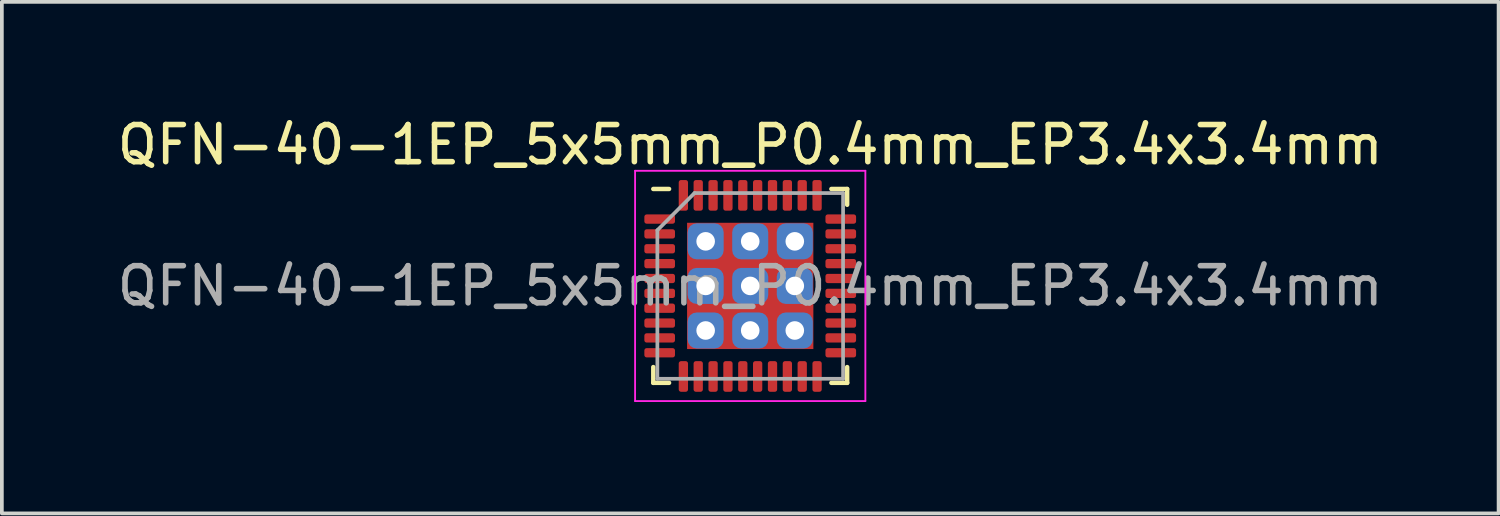
<source format=kicad_pcb>
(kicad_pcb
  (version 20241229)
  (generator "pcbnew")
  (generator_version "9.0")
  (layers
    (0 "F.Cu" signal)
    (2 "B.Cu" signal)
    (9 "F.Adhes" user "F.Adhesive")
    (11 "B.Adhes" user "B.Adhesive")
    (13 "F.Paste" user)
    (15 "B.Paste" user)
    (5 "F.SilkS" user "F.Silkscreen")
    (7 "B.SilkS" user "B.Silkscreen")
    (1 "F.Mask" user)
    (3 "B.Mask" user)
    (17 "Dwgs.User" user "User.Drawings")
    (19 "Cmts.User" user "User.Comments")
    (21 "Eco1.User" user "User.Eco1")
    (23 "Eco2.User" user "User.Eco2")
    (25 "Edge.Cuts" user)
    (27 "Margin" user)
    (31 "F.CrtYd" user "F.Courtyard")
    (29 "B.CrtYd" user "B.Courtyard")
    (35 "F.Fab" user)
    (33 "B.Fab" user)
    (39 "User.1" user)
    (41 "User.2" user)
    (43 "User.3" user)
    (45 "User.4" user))
  (footprint "QFN-40-1EP_5x5mm_P0.4mm_EP3.4x3.4mm"
    (layer "F.Cu")
    (at 17.149 4.648)
    (property "Reference" "QFN-40-1EP_5x5mm_P0.4mm_EP3.4x3.4mm" (at 0 -3.8 0) (layer "F.SilkS") (effects (font (size 1 1) (thickness 0.15))))
    (attr smd)
    (fp_line (start -2.61 2.61) (end -2.61 2.185) (stroke (width 0.12) (type solid)) (layer "F.SilkS"))
    (fp_line (start -2.185 -2.61) (end -2.61 -2.61) (stroke (width 0.12) (type solid)) (layer "F.SilkS"))
    (fp_line (start -2.185 2.61) (end -2.61 2.61) (stroke (width 0.12) (type solid)) (layer "F.SilkS"))
    (fp_line (start 2.185 -2.61) (end 2.61 -2.61) (stroke (width 0.12) (type solid)) (layer "F.SilkS"))
    (fp_line (start 2.185 2.61) (end 2.61 2.61) (stroke (width 0.12) (type solid)) (layer "F.SilkS"))
    (fp_line (start 2.61 -2.61) (end 2.61 -2.185) (stroke (width 0.12) (type solid)) (layer "F.SilkS"))
    (fp_line (start 2.61 2.61) (end 2.61 2.185) (stroke (width 0.12) (type solid)) (layer "F.SilkS"))
    (fp_line (start -3.1 -3.1) (end -3.1 3.1) (stroke (width 0.05) (type solid)) (layer "F.CrtYd"))
    (fp_line (start -3.1 3.1) (end 3.1 3.1) (stroke (width 0.05) (type solid)) (layer "F.CrtYd"))
    (fp_line (start 3.1 -3.1) (end -3.1 -3.1) (stroke (width 0.05) (type solid)) (layer "F.CrtYd"))
    (fp_line (start 3.1 3.1) (end 3.1 -3.1) (stroke (width 0.05) (type solid)) (layer "F.CrtYd"))
    (fp_line (start -2.5 -1.5) (end -1.5 -2.5) (stroke (width 0.1) (type solid)) (layer "F.Fab"))
    (fp_line (start -2.5 2.5) (end -2.5 -1.5) (stroke (width 0.1) (type solid)) (layer "F.Fab"))
    (fp_line (start -1.5 -2.5) (end 2.5 -2.5) (stroke (width 0.1) (type solid)) (layer "F.Fab"))
    (fp_line (start 2.5 -2.5) (end 2.5 2.5) (stroke (width 0.1) (type solid)) (layer "F.Fab"))
    (fp_line (start 2.5 2.5) (end -2.5 2.5) (stroke (width 0.1) (type solid)) (layer "F.Fab"))
    (fp_text user "${REFERENCE}" (at 0 0 0) (layer "F.Fab") (effects (font (size 1 1) (thickness 0.15))))
    (pad "1" smd roundrect (at -2.438 -1.8) (size 0.825 0.25) (layers "F.Cu" "F.Mask" "F.Paste") (roundrect_rratio 0.25))
    (pad "2" smd roundrect (at -2.438 -1.4) (size 0.825 0.25) (layers "F.Cu" "F.Mask" "F.Paste") (roundrect_rratio 0.25))
    (pad "3" smd roundrect (at -2.438 -1) (size 0.825 0.25) (layers "F.Cu" "F.Mask" "F.Paste") (roundrect_rratio 0.25))
    (pad "4" smd roundrect (at -2.438 -0.6) (size 0.825 0.25) (layers "F.Cu" "F.Mask" "F.Paste") (roundrect_rratio 0.25))
    (pad "5" smd roundrect (at -2.438 -0.2) (size 0.825 0.25) (layers "F.Cu" "F.Mask" "F.Paste") (roundrect_rratio 0.25))
    (pad "6" smd roundrect (at -2.438 0.2) (size 0.825 0.25) (layers "F.Cu" "F.Mask" "F.Paste") (roundrect_rratio 0.25))
    (pad "7" smd roundrect (at -2.438 0.6) (size 0.825 0.25) (layers "F.Cu" "F.Mask" "F.Paste") (roundrect_rratio 0.25))
    (pad "8" smd roundrect (at -2.438 1) (size 0.825 0.25) (layers "F.Cu" "F.Mask" "F.Paste") (roundrect_rratio 0.25))
    (pad "9" smd roundrect (at -2.438 1.4) (size 0.825 0.25) (layers "F.Cu" "F.Mask" "F.Paste") (roundrect_rratio 0.25))
    (pad "10" smd roundrect (at -2.438 1.8) (size 0.825 0.25) (layers "F.Cu" "F.Mask" "F.Paste") (roundrect_rratio 0.25))
    (pad "11" smd roundrect (at -1.8 2.438) (size 0.25 0.825) (layers "F.Cu" "F.Mask" "F.Paste") (roundrect_rratio 0.25))
    (pad "12" smd roundrect (at -1.4 2.438) (size 0.25 0.825) (layers "F.Cu" "F.Mask" "F.Paste") (roundrect_rratio 0.25))
    (pad "13" smd roundrect (at -1 2.438) (size 0.25 0.825) (layers "F.Cu" "F.Mask" "F.Paste") (roundrect_rratio 0.25))
    (pad "14" smd roundrect (at -0.6 2.438) (size 0.25 0.825) (layers "F.Cu" "F.Mask" "F.Paste") (roundrect_rratio 0.25))
    (pad "15" smd roundrect (at -0.2 2.438) (size 0.25 0.825) (layers "F.Cu" "F.Mask" "F.Paste") (roundrect_rratio 0.25))
    (pad "16" smd roundrect (at 0.2 2.438) (size 0.25 0.825) (layers "F.Cu" "F.Mask" "F.Paste") (roundrect_rratio 0.25))
    (pad "17" smd roundrect (at 0.6 2.438) (size 0.25 0.825) (layers "F.Cu" "F.Mask" "F.Paste") (roundrect_rratio 0.25))
    (pad "18" smd roundrect (at 1 2.438) (size 0.25 0.825) (layers "F.Cu" "F.Mask" "F.Paste") (roundrect_rratio 0.25))
    (pad "19" smd roundrect (at 1.4 2.438) (size 0.25 0.825) (layers "F.Cu" "F.Mask" "F.Paste") (roundrect_rratio 0.25))
    (pad "20" smd roundrect (at 1.8 2.438) (size 0.25 0.825) (layers "F.Cu" "F.Mask" "F.Paste") (roundrect_rratio 0.25))
    (pad "21" smd roundrect (at 2.438 1.8) (size 0.825 0.25) (layers "F.Cu" "F.Mask" "F.Paste") (roundrect_rratio 0.25))
    (pad "22" smd roundrect (at 2.438 1.4) (size 0.825 0.25) (layers "F.Cu" "F.Mask" "F.Paste") (roundrect_rratio 0.25))
    (pad "23" thru_hole roundrect (at -1.2 -1.2) (size 0.97 0.97) (drill 0.5) (layers "*.Cu" "*.Mask") (roundrect_rratio 0.25))
    (pad "23" thru_hole roundrect (at -1.2 0) (size 0.97 0.97) (drill 0.5) (layers "*.Cu" "*.Mask") (roundrect_rratio 0.25))
    (pad "23" thru_hole roundrect (at -1.2 1.2) (size 0.97 0.97) (drill 0.5) (layers "*.Cu" "*.Mask") (roundrect_rratio 0.25))
    (pad "23" thru_hole roundrect (at 0 -1.2) (size 0.97 0.97) (drill 0.5) (layers "*.Cu" "*.Mask") (roundrect_rratio 0.25))
    (pad "23" thru_hole roundrect (at 0 0) (size 0.97 0.97) (drill 0.5) (layers "*.Cu" "*.Mask") (roundrect_rratio 0.25))
    (pad "23" smd rect (at 0 0) (size 3.4 3.4) (layers "F.Cu"))
    (pad "23" thru_hole roundrect (at 0 1.2) (size 0.97 0.97) (drill 0.5) (layers "*.Cu" "*.Mask") (roundrect_rratio 0.25))
    (pad "23" thru_hole roundrect (at 1.2 -1.2) (size 0.97 0.97) (drill 0.5) (layers "*.Cu" "*.Mask") (roundrect_rratio 0.25))
    (pad "23" thru_hole roundrect (at 1.2 0) (size 0.97 0.97) (drill 0.5) (layers "*.Cu" "*.Mask") (roundrect_rratio 0.25))
    (pad "23" thru_hole roundrect (at 1.2 1.2) (size 0.97 0.97) (drill 0.5) (layers "*.Cu" "*.Mask") (roundrect_rratio 0.25))
    (pad "23" smd roundrect (at 2.438 1) (size 0.825 0.25) (layers "F.Cu" "F.Mask" "F.Paste") (roundrect_rratio 0.25))
    (pad "24" smd roundrect (at 2.438 0.6) (size 0.825 0.25) (layers "F.Cu" "F.Mask" "F.Paste") (roundrect_rratio 0.25))
    (pad "25" smd roundrect (at 2.438 0.2) (size 0.825 0.25) (layers "F.Cu" "F.Mask" "F.Paste") (roundrect_rratio 0.25))
    (pad "26" smd roundrect (at 2.438 -0.2) (size 0.825 0.25) (layers "F.Cu" "F.Mask" "F.Paste") (roundrect_rratio 0.25))
    (pad "27" smd roundrect (at 2.438 -0.6) (size 0.825 0.25) (layers "F.Cu" "F.Mask" "F.Paste") (roundrect_rratio 0.25))
    (pad "28" smd roundrect (at 2.438 -1) (size 0.825 0.25) (layers "F.Cu" "F.Mask" "F.Paste") (roundrect_rratio 0.25))
    (pad "29" smd roundrect (at 2.438 -1.4) (size 0.825 0.25) (layers "F.Cu" "F.Mask" "F.Paste") (roundrect_rratio 0.25))
    (pad "30" smd roundrect (at 2.438 -1.8) (size 0.825 0.25) (layers "F.Cu" "F.Mask" "F.Paste") (roundrect_rratio 0.25))
    (pad "31" smd roundrect (at 1.8 -2.438) (size 0.25 0.825) (layers "F.Cu" "F.Mask" "F.Paste") (roundrect_rratio 0.25))
    (pad "32" smd roundrect (at 1.4 -2.438) (size 0.25 0.825) (layers "F.Cu" "F.Mask" "F.Paste") (roundrect_rratio 0.25))
    (pad "33" smd roundrect (at 1 -2.438) (size 0.25 0.825) (layers "F.Cu" "F.Mask" "F.Paste") (roundrect_rratio 0.25))
    (pad "34" smd roundrect (at 0.6 -2.438) (size 0.25 0.825) (layers "F.Cu" "F.Mask" "F.Paste") (roundrect_rratio 0.25))
    (pad "35" smd roundrect (at 0.2 -2.438) (size 0.25 0.825) (layers "F.Cu" "F.Mask" "F.Paste") (roundrect_rratio 0.25))
    (pad "36" smd roundrect (at -0.2 -2.438) (size 0.25 0.825) (layers "F.Cu" "F.Mask" "F.Paste") (roundrect_rratio 0.25))
    (pad "37" smd roundrect (at -0.6 -2.438) (size 0.25 0.825) (layers "F.Cu" "F.Mask" "F.Paste") (roundrect_rratio 0.25))
    (pad "38" smd roundrect (at -1 -2.438) (size 0.25 0.825) (layers "F.Cu" "F.Mask" "F.Paste") (roundrect_rratio 0.25))
    (pad "39" smd roundrect (at -1.4 -2.438) (size 0.25 0.825) (layers "F.Cu" "F.Mask" "F.Paste") (roundrect_rratio 0.25))
    (pad "40" smd roundrect (at -1.8 -2.438) (size 0.25 0.825) (layers "F.Cu" "F.Mask" "F.Paste") (roundrect_rratio 0.25)))
  (gr_rect
    (start -3 -3)
    (end 37.298 10.773)
    (stroke (width 0.1) (type default))
    (fill no)
    (layer "Edge.Cuts")))
</source>
